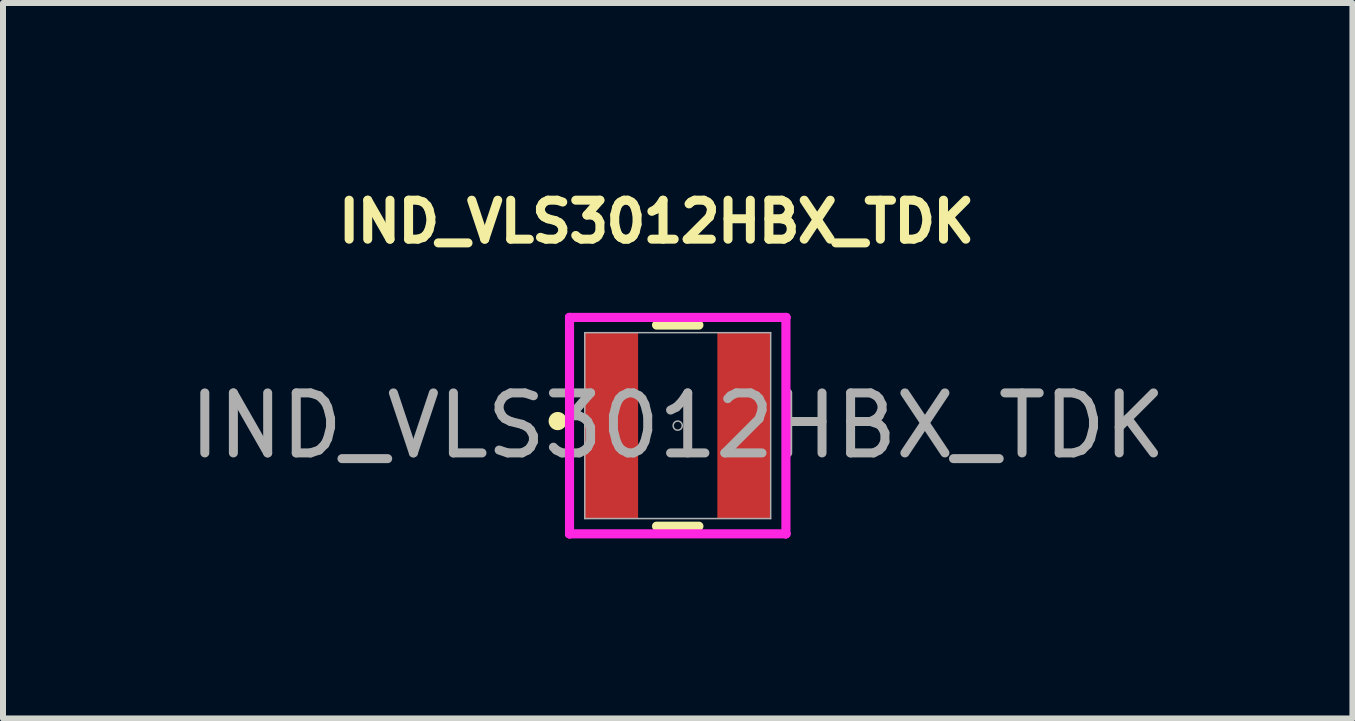
<source format=kicad_pcb>
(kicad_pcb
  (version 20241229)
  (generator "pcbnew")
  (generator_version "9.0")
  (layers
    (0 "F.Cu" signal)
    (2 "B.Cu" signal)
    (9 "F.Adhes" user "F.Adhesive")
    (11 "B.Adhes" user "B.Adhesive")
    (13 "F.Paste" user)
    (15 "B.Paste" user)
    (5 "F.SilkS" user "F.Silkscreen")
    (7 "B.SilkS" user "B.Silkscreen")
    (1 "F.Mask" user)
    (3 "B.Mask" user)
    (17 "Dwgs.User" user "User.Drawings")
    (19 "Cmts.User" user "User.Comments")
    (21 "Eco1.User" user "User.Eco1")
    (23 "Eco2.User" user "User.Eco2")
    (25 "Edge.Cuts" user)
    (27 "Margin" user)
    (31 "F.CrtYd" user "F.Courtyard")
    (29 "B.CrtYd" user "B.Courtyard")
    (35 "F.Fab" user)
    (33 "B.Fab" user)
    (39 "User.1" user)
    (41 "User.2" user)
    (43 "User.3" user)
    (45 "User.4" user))
  (footprint "IND_VLS3012HBX_TDK"
    (layer "F.Cu")
    (at 8.244 4.043)
    (property "Reference" "IND_VLS3012HBX_TDK" (at -0.353 -3.4 0) (unlocked yes) (layer "F.SilkS") (effects (font (size 0.65 0.65) (thickness 0.15))))
    (attr smd)
    (fp_line (start -0.353 1.676) (end 0.353 1.676) (stroke (width 0.152) (type solid)) (layer "F.SilkS"))
    (fp_line (start 0.353 -1.676) (end -0.353 -1.676) (stroke (width 0.152) (type solid)) (layer "F.SilkS"))
    (fp_circle (center -2 -0.076) (end -1.924 -0.076) (stroke (width 0.152) (type solid)) (fill no) (layer "F.SilkS"))
    (fp_line (start -1.803 -1.803) (end -1.803 -1.803) (stroke (width 0.152) (type solid)) (layer "F.CrtYd"))
    (fp_line (start -1.803 -1.803) (end -1.803 -1.803) (stroke (width 0.152) (type solid)) (layer "F.CrtYd"))
    (fp_line (start -1.803 -1.803) (end 1.803 -1.803) (stroke (width 0.152) (type solid)) (layer "F.CrtYd"))
    (fp_line (start -1.803 1.803) (end -1.803 -1.803) (stroke (width 0.152) (type solid)) (layer "F.CrtYd"))
    (fp_line (start -1.803 1.803) (end -1.803 1.803) (stroke (width 0.152) (type solid)) (layer "F.CrtYd"))
    (fp_line (start -1.803 1.803) (end -1.803 1.803) (stroke (width 0.152) (type solid)) (layer "F.CrtYd"))
    (fp_line (start 1.803 -1.803) (end 1.803 -1.803) (stroke (width 0.152) (type solid)) (layer "F.CrtYd"))
    (fp_line (start 1.803 -1.803) (end 1.803 -1.803) (stroke (width 0.152) (type solid)) (layer "F.CrtYd"))
    (fp_line (start 1.803 -1.803) (end 1.803 1.803) (stroke (width 0.152) (type solid)) (layer "F.CrtYd"))
    (fp_line (start 1.803 1.803) (end -1.803 1.803) (stroke (width 0.152) (type solid)) (layer "F.CrtYd"))
    (fp_line (start 1.803 1.803) (end 1.803 1.803) (stroke (width 0.152) (type solid)) (layer "F.CrtYd"))
    (fp_line (start 1.803 1.803) (end 1.803 1.803) (stroke (width 0.152) (type solid)) (layer "F.CrtYd"))
    (fp_line (start -1.549 -1.549) (end -1.549 1.549) (stroke (width 0.025) (type solid)) (layer "F.Fab"))
    (fp_line (start -1.549 1.549) (end 1.549 1.549) (stroke (width 0.025) (type solid)) (layer "F.Fab"))
    (fp_line (start 1.549 -1.549) (end -1.549 -1.549) (stroke (width 0.025) (type solid)) (layer "F.Fab"))
    (fp_line (start 1.549 1.549) (end 1.549 -1.549) (stroke (width 0.025) (type solid)) (layer "F.Fab"))
    (fp_circle (center 0 0) (end 0.076 0) (stroke (width 0.025) (type solid)) (fill no) (layer "F.Fab"))
    (fp_text user "${REFERENCE}" (at 0 0 0) (unlocked yes) (layer "F.Fab") (effects (font (size 1 1) (thickness 0.15))))
    (pad "1" smd rect (at -1.105 0) (size 0.889 3.099) (layers "F.Cu" "F.Mask" "F.Paste"))
    (pad "2" smd rect (at 1.105 0) (size 0.889 3.099) (layers "F.Cu" "F.Mask" "F.Paste")))
  (gr_rect
    (start -3 -3)
    (end 19.488 8.923)
    (stroke (width 0.1) (type default))
    (fill no)
    (layer "Edge.Cuts")))
</source>
